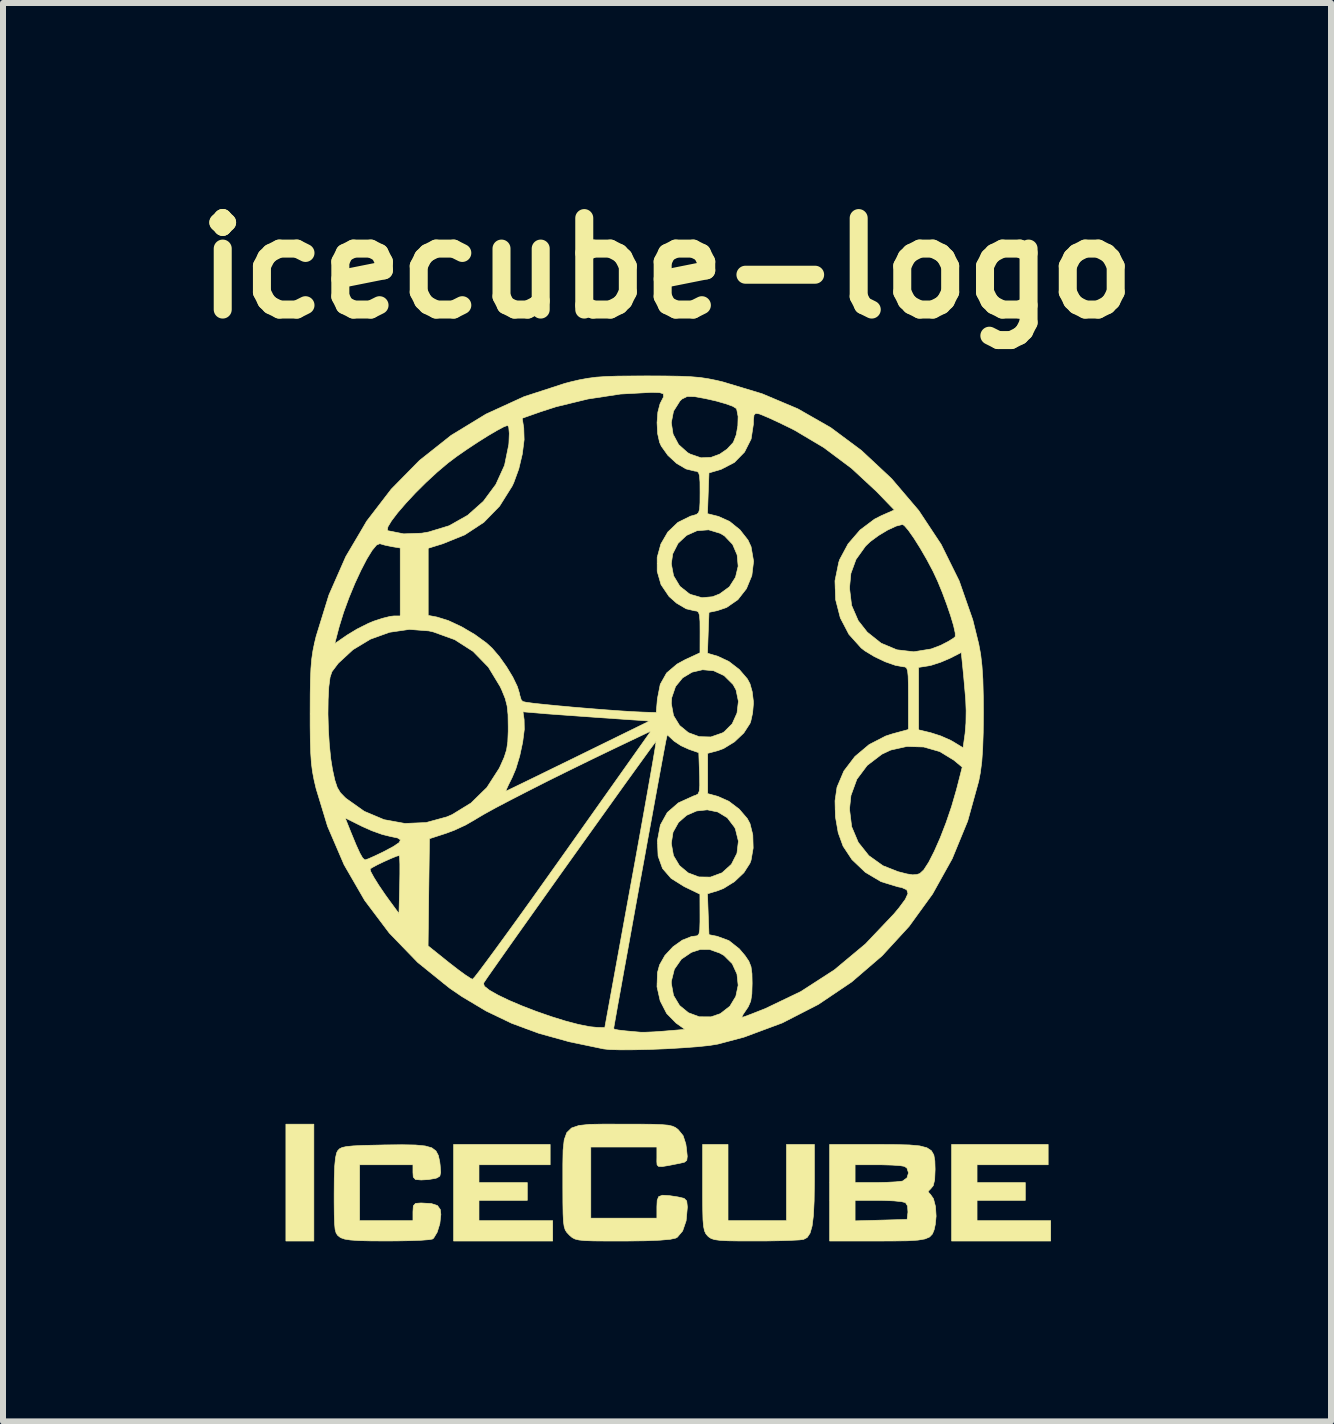
<source format=kicad_pcb>
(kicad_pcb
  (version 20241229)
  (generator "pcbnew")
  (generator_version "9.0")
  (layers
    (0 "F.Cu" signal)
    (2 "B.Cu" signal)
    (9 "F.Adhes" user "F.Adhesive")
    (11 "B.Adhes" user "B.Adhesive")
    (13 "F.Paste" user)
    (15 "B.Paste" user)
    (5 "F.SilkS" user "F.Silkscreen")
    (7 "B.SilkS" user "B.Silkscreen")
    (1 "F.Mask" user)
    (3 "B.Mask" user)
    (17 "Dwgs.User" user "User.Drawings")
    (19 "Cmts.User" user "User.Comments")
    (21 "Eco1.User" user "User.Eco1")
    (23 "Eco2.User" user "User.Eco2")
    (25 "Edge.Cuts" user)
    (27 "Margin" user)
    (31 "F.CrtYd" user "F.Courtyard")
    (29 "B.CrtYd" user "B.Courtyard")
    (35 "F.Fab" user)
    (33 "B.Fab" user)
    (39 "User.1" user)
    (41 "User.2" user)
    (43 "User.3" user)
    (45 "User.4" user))
  (footprint "icecube-logo"
    (layer "F.Cu")
    (at 8.063 10.768)
    (property "Reference" "icecube-logo" (at 0 -9.35 0) (layer "F.SilkS") (effects (font (size 1.524 1.524) (thickness 0.3))))
    (attr through_hole)
    (fp_poly (pts (xy -5.884 6.858) (xy -6.35 6.858) (xy -6.35 4.911) (xy -5.884 4.911) (xy -5.884 6.858)) (stroke (width 0.01) (type solid)) (fill yes) (layer "F.SilkS"))
    (fp_poly (pts (xy -1.947 5.588) (xy -3.133 5.588) (xy -3.133 5.884) (xy -2.328 5.884) (xy -2.328 6.181) (xy -3.133 6.181) (xy -3.133 6.519) (xy -1.905 6.519) (xy -1.905 6.858) (xy -3.556 6.858) (xy -3.556 5.249) (xy -1.947 5.249) (xy -1.947 5.588)) (stroke (width 0.01) (type solid)) (fill yes) (layer "F.SilkS"))
    (fp_poly (pts (xy 6.35 5.588) (xy 5.165 5.588) (xy 5.165 5.884) (xy 5.969 5.884) (xy 5.969 6.181) (xy 5.165 6.181) (xy 5.165 6.519) (xy 6.392 6.519) (xy 6.392 6.858) (xy 4.741 6.858) (xy 4.741 5.249) (xy 6.35 5.249) (xy 6.35 5.588)) (stroke (width 0.01) (type solid)) (fill yes) (layer "F.SilkS"))
    (fp_poly (pts (xy 1.016 6.519) (xy 1.99 6.519) (xy 1.99 5.249) (xy 2.455 5.249) (xy 2.455 5.874) (xy 2.451 6.19) (xy 2.439 6.432) (xy 2.417 6.608) (xy 2.383 6.727) (xy 2.335 6.799) (xy 2.275 6.831) (xy 2.202 6.84) (xy 2.061 6.847) (xy 1.868 6.853) (xy 1.639 6.857) (xy 1.471 6.857) (xy 1.208 6.857) (xy 1.017 6.854) (xy 0.883 6.847) (xy 0.794 6.835) (xy 0.735 6.816) (xy 0.694 6.789) (xy 0.677 6.773) (xy 0.646 6.736) (xy 0.624 6.688) (xy 0.609 6.615) (xy 0.599 6.505) (xy 0.595 6.343) (xy 0.593 6.117) (xy 0.593 5.969) (xy 0.593 5.249) (xy 1.016 5.249) (xy 1.016 6.519)) (stroke (width 0.01) (type solid)) (fill yes) (layer "F.SilkS"))
    (fp_poly (pts (xy 3.8 5.251) (xy 4.037 5.257) (xy 4.21 5.273) (xy 4.329 5.304) (xy 4.404 5.353) (xy 4.445 5.424) (xy 4.462 5.523) (xy 4.466 5.654) (xy 4.466 5.672) (xy 4.459 5.837) (xy 4.435 5.936) (xy 4.395 5.985) (xy 4.349 6.032) (xy 4.374 6.069) (xy 4.386 6.077) (xy 4.439 6.153) (xy 4.473 6.285) (xy 4.483 6.444) (xy 4.47 6.579) (xy 4.45 6.671) (xy 4.422 6.74) (xy 4.375 6.79) (xy 4.298 6.823) (xy 4.18 6.843) (xy 4.009 6.854) (xy 3.774 6.857) (xy 3.511 6.858) (xy 2.709 6.858) (xy 2.709 6.522) (xy 3.133 6.522) (xy 3.567 6.51) (xy 4 6.498) (xy 4.014 6.376) (xy 4.007 6.273) (xy 3.972 6.218) (xy 3.907 6.202) (xy 3.779 6.189) (xy 3.612 6.182) (xy 3.524 6.181) (xy 3.133 6.181) (xy 3.133 6.522) (xy 2.709 6.522) (xy 2.709 5.588) (xy 3.133 5.588) (xy 3.133 5.884) (xy 3.482 5.884) (xy 3.658 5.88) (xy 3.811 5.872) (xy 3.913 5.861) (xy 3.926 5.858) (xy 3.998 5.805) (xy 4.023 5.722) (xy 3.997 5.643) (xy 3.955 5.614) (xy 3.884 5.602) (xy 3.752 5.593) (xy 3.583 5.588) (xy 3.51 5.588) (xy 3.133 5.588) (xy 2.709 5.588) (xy 2.709 5.249) (xy 3.488 5.249) (xy 3.8 5.251)) (stroke (width 0.01) (type solid)) (fill yes) (layer "F.SilkS"))
    (fp_poly (pts (xy -4.19 5.258) (xy -4.029 5.274) (xy -3.919 5.305) (xy -3.85 5.357) (xy -3.81 5.432) (xy -3.787 5.536) (xy -3.78 5.594) (xy -3.771 5.714) (xy -3.785 5.776) (xy -3.832 5.806) (xy -3.858 5.814) (xy -3.975 5.834) (xy -4.096 5.841) (xy -4.191 5.833) (xy -4.228 5.792) (xy -4.233 5.715) (xy -4.233 5.588) (xy -5.122 5.588) (xy -5.122 6.519) (xy -4.233 6.519) (xy -4.233 6.371) (xy -4.227 6.272) (xy -4.19 6.231) (xy -4.101 6.224) (xy -4.096 6.224) (xy -3.926 6.234) (xy -3.825 6.267) (xy -3.777 6.334) (xy -3.768 6.416) (xy -3.785 6.569) (xy -3.829 6.711) (xy -3.888 6.809) (xy -3.908 6.825) (xy -3.965 6.835) (xy -4.092 6.845) (xy -4.273 6.852) (xy -4.493 6.856) (xy -4.658 6.857) (xy -4.931 6.856) (xy -5.132 6.851) (xy -5.275 6.841) (xy -5.37 6.826) (xy -5.433 6.804) (xy -5.452 6.792) (xy -5.488 6.763) (xy -5.513 6.725) (xy -5.53 6.664) (xy -5.539 6.566) (xy -5.544 6.418) (xy -5.546 6.206) (xy -5.546 6.081) (xy -5.544 5.81) (xy -5.537 5.612) (xy -5.524 5.476) (xy -5.505 5.39) (xy -5.486 5.353) (xy -5.457 5.322) (xy -5.413 5.3) (xy -5.341 5.284) (xy -5.228 5.273) (xy -5.062 5.265) (xy -4.829 5.26) (xy -4.711 5.257) (xy -4.414 5.254) (xy -4.19 5.258)) (stroke (width 0.01) (type solid)) (fill yes) (layer "F.SilkS"))
    (fp_poly (pts (xy -0.731 4.911) (xy -0.724 4.911) (xy -0.443 4.911) (xy -0.235 4.913) (xy -0.085 4.919) (xy 0.018 4.928) (xy 0.088 4.944) (xy 0.138 4.966) (xy 0.18 4.997) (xy 0.189 5.006) (xy 0.268 5.103) (xy 0.313 5.24) (xy 0.324 5.319) (xy 0.337 5.447) (xy 0.329 5.514) (xy 0.29 5.545) (xy 0.217 5.562) (xy 0.035 5.598) (xy -0.079 5.617) (xy -0.141 5.615) (xy -0.166 5.589) (xy -0.17 5.533) (xy -0.169 5.464) (xy -0.169 5.292) (xy -1.27 5.292) (xy -1.27 6.477) (xy -0.169 6.477) (xy -0.169 6.287) (xy -0.164 6.18) (xy -0.139 6.118) (xy -0.076 6.095) (xy 0.041 6.102) (xy 0.18 6.123) (xy 0.284 6.147) (xy 0.328 6.191) (xy 0.338 6.282) (xy 0.338 6.303) (xy 0.318 6.521) (xy 0.26 6.69) (xy 0.171 6.795) (xy 0.146 6.809) (xy 0.055 6.829) (xy -0.115 6.844) (xy -0.36 6.854) (xy -0.674 6.858) (xy -0.745 6.858) (xy -1.02 6.858) (xy -1.224 6.856) (xy -1.369 6.851) (xy -1.467 6.841) (xy -1.533 6.825) (xy -1.579 6.801) (xy -1.617 6.769) (xy -1.632 6.754) (xy -1.669 6.715) (xy -1.696 6.673) (xy -1.714 6.615) (xy -1.726 6.529) (xy -1.732 6.401) (xy -1.735 6.217) (xy -1.736 5.966) (xy -1.736 5.884) (xy -1.736 5.578) (xy -1.732 5.344) (xy -1.713 5.171) (xy -1.67 5.052) (xy -1.591 4.975) (xy -1.468 4.933) (xy -1.29 4.914) (xy -1.048 4.91) (xy -0.731 4.911)) (stroke (width 0.01) (type solid)) (fill yes) (layer "F.SilkS"))
    (fp_poly (pts (xy -0.032 -7.554) (xy 0.207 -7.55) (xy 0.395 -7.542) (xy 0.55 -7.529) (xy 0.688 -7.508) (xy 0.827 -7.48) (xy 0.931 -7.455) (xy 1.584 -7.258) (xy 2.179 -7.007) (xy 2.727 -6.694) (xy 3.238 -6.314) (xy 3.724 -5.86) (xy 3.747 -5.837) (xy 4.194 -5.312) (xy 4.567 -4.748) (xy 4.867 -4.141) (xy 5.094 -3.491) (xy 5.193 -3.09) (xy 5.225 -2.917) (xy 5.247 -2.726) (xy 5.262 -2.501) (xy 5.269 -2.223) (xy 5.271 -1.947) (xy 5.268 -1.614) (xy 5.259 -1.348) (xy 5.244 -1.13) (xy 5.22 -0.944) (xy 5.193 -0.804) (xy 5.009 -0.139) (xy 4.751 0.489) (xy 4.424 1.076) (xy 4.032 1.617) (xy 3.582 2.107) (xy 3.076 2.542) (xy 2.521 2.916) (xy 1.921 3.224) (xy 1.28 3.462) (xy 0.847 3.577) (xy 0.706 3.6) (xy 0.503 3.621) (xy 0.258 3.639) (xy -0.011 3.655) (xy -0.286 3.666) (xy -0.548 3.672) (xy -0.778 3.673) (xy -0.958 3.668) (xy -1.058 3.657) (xy -1.629 3.538) (xy -2.134 3.398) (xy -2.348 3.319) (xy -0.889 3.319) (xy -0.871 3.331) (xy -0.808 3.343) (xy -0.688 3.357) (xy -0.499 3.374) (xy -0.44 3.379) (xy -0.356 3.379) (xy -0.216 3.373) (xy -0.048 3.361) (xy -0.026 3.359) (xy 0.299 3.332) (xy 0.15 3.226) (xy -0.006 3.067) (xy -0.114 2.857) (xy -0.167 2.622) (xy -0.165 2.564) (xy 0.071 2.564) (xy 0.108 2.766) (xy 0.209 2.934) (xy 0.357 3.055) (xy 0.537 3.122) (xy 0.732 3.123) (xy 0.888 3.07) (xy 1.047 2.946) (xy 1.146 2.782) (xy 1.185 2.597) (xy 1.165 2.409) (xy 1.086 2.237) (xy 0.948 2.1) (xy 0.877 2.06) (xy 0.707 2) (xy 0.552 2.001) (xy 0.407 2.048) (xy 0.239 2.162) (xy 0.122 2.33) (xy 0.072 2.53) (xy 0.071 2.564) (xy -0.165 2.564) (xy -0.159 2.384) (xy -0.124 2.257) (xy -0.035 2.1) (xy 0.099 1.956) (xy 0.255 1.845) (xy 0.409 1.784) (xy 0.464 1.778) (xy 0.506 1.772) (xy 0.532 1.741) (xy 0.545 1.67) (xy 0.549 1.542) (xy 0.549 1.429) (xy 0.548 1.079) (xy 0.287 0.953) (xy 0.068 0.816) (xy -0.075 0.651) (xy -0.149 0.445) (xy -0.158 0.232) (xy 0.071 0.232) (xy 0.107 0.436) (xy 0.207 0.603) (xy 0.353 0.725) (xy 0.531 0.792) (xy 0.723 0.795) (xy 0.914 0.724) (xy 0.919 0.721) (xy 1.073 0.581) (xy 1.165 0.399) (xy 1.189 0.196) (xy 1.139 -0.007) (xy 1.126 -0.034) (xy 1.004 -0.194) (xy 0.846 -0.29) (xy 0.671 -0.326) (xy 0.492 -0.307) (xy 0.327 -0.235) (xy 0.191 -0.116) (xy 0.1 0.047) (xy 0.071 0.232) (xy -0.158 0.232) (xy -0.161 0.187) (xy -0.16 0.185) (xy -0.111 -0.073) (xy 0.004 -0.281) (xy 0.189 -0.442) (xy 0.444 -0.558) (xy 0.478 -0.569) (xy 0.516 -0.59) (xy 0.537 -0.638) (xy 0.545 -0.731) (xy 0.543 -0.886) (xy 0.541 -0.935) (xy 0.529 -1.278) (xy 0.366 -1.334) (xy 0.232 -1.395) (xy 0.116 -1.472) (xy 0.104 -1.483) (xy 0.004 -1.577) (xy -0.019 -1.476) (xy -0.03 -1.418) (xy -0.055 -1.287) (xy -0.091 -1.092) (xy -0.137 -0.842) (xy -0.191 -0.547) (xy -0.251 -0.216) (xy -0.317 0.143) (xy -0.385 0.52) (xy -0.456 0.907) (xy -0.526 1.294) (xy -0.594 1.672) (xy -0.659 2.033) (xy -0.72 2.367) (xy -0.773 2.664) (xy -0.819 2.917) (xy -0.854 3.116) (xy -0.878 3.252) (xy -0.889 3.315) (xy -0.889 3.319) (xy -2.348 3.319) (xy -2.589 3.23) (xy -3.012 3.027) (xy -3.419 2.784) (xy -3.619 2.647) (xy -3.723 2.564) (xy -3.058 2.564) (xy -3.043 2.613) (xy -2.958 2.68) (xy -2.817 2.76) (xy -2.632 2.849) (xy -2.415 2.941) (xy -2.179 3.032) (xy -1.935 3.117) (xy -1.698 3.191) (xy -1.478 3.249) (xy -1.288 3.287) (xy -1.164 3.299) (xy -1.037 3.302) (xy -0.604 0.924) (xy -0.524 0.487) (xy -0.45 0.076) (xy -0.382 -0.303) (xy -0.322 -0.641) (xy -0.271 -0.931) (xy -0.23 -1.166) (xy -0.201 -1.338) (xy -0.185 -1.44) (xy -0.182 -1.467) (xy -0.208 -1.435) (xy -0.277 -1.342) (xy -0.384 -1.194) (xy -0.525 -0.999) (xy -0.694 -0.765) (xy -0.885 -0.498) (xy -1.094 -0.206) (xy -1.315 0.103) (xy -1.544 0.423) (xy -1.774 0.745) (xy -2 1.063) (xy -2.218 1.37) (xy -2.422 1.657) (xy -2.607 1.918) (xy -2.767 2.145) (xy -2.897 2.33) (xy -2.993 2.467) (xy -3.048 2.549) (xy -3.058 2.564) (xy -3.723 2.564) (xy -4.155 2.215) (xy -4.421 1.94) (xy -3.981 1.94) (xy -3.633 2.219) (xy -3.485 2.334) (xy -3.359 2.426) (xy -3.271 2.483) (xy -3.24 2.497) (xy -3.208 2.463) (xy -3.132 2.366) (xy -3.016 2.211) (xy -2.865 2.006) (xy -2.682 1.755) (xy -2.472 1.465) (xy -2.24 1.142) (xy -1.99 0.791) (xy -1.732 0.428) (xy -0.268 -1.639) (xy -0.864 -1.355) (xy -1.246 -1.171) (xy -1.62 -0.988) (xy -1.978 -0.811) (xy -2.309 -0.643) (xy -2.605 -0.491) (xy -2.855 -0.36) (xy -3.049 -0.253) (xy -3.179 -0.176) (xy -3.198 -0.164) (xy -3.354 -0.074) (xy -3.544 0.014) (xy -3.681 0.065) (xy -3.958 0.155) (xy -3.97 1.048) (xy -3.981 1.94) (xy -4.421 1.94) (xy -4.628 1.726) (xy -5.037 1.183) (xy -5.34 0.659) (xy -4.947 0.659) (xy -4.937 0.702) (xy -4.885 0.798) (xy -4.802 0.931) (xy -4.696 1.087) (xy -4.616 1.198) (xy -4.466 1.402) (xy -4.454 0.928) (xy -4.451 0.737) (xy -4.451 0.579) (xy -4.455 0.473) (xy -4.461 0.436) (xy -4.502 0.445) (xy -4.593 0.482) (xy -4.71 0.534) (xy -4.825 0.589) (xy -4.914 0.637) (xy -4.947 0.659) (xy -5.34 0.659) (xy -5.38 0.59) (xy -5.656 -0.052) (xy -5.698 -0.191) (xy -5.362 -0.191) (xy -5.269 0.042) (xy -5.182 0.253) (xy -5.118 0.394) (xy -5.072 0.475) (xy -5.037 0.507) (xy -5.03 0.508) (xy -4.976 0.49) (xy -4.87 0.443) (xy -4.734 0.378) (xy -4.73 0.376) (xy -4.559 0.285) (xy -4.463 0.22) (xy -4.441 0.174) (xy -4.488 0.143) (xy -4.602 0.119) (xy -4.603 0.119) (xy -4.745 0.084) (xy -4.921 0.021) (xy -5.082 -0.051) (xy -5.362 -0.191) (xy -5.698 -0.191) (xy -5.846 -0.677) (xy -5.881 -0.826) (xy -5.907 -0.963) (xy -5.925 -1.104) (xy -5.936 -1.267) (xy -5.943 -1.469) (xy -5.946 -1.728) (xy -5.946 -1.923) (xy -5.649 -1.923) (xy -5.642 -1.665) (xy -5.626 -1.41) (xy -5.602 -1.173) (xy -5.573 -0.995) (xy -5.534 -0.818) (xy -5.494 -0.698) (xy -5.442 -0.611) (xy -5.364 -0.531) (xy -5.346 -0.515) (xy -5.044 -0.301) (xy -4.714 -0.162) (xy -4.367 -0.099) (xy -4.014 -0.114) (xy -3.667 -0.209) (xy -3.579 -0.247) (xy -3.265 -0.44) (xy -3.066 -0.635) (xy -2.688 -0.635) (xy -2.649 -0.653) (xy -2.544 -0.704) (xy -2.381 -0.783) (xy -2.169 -0.886) (xy -1.918 -1.009) (xy -1.637 -1.146) (xy -1.486 -1.22) (xy -0.293 -1.805) (xy -1.046 -1.857) (xy -1.316 -1.876) (xy -1.581 -1.895) (xy -1.819 -1.912) (xy -2.009 -1.926) (xy -2.1 -1.934) (xy -2.4 -1.959) (xy -2.381 -1.829) (xy -2.378 -1.665) (xy -2.405 -1.453) (xy -2.454 -1.225) (xy -2.519 -1.009) (xy -2.58 -0.865) (xy -2.64 -0.745) (xy -2.678 -0.661) (xy -2.688 -0.635) (xy -3.066 -0.635) (xy -3.002 -0.697) (xy -2.799 -1.012) (xy -2.78 -1.05) (xy -2.713 -1.201) (xy -2.673 -1.326) (xy -2.653 -1.46) (xy -2.646 -1.634) (xy -2.646 -1.714) (xy -2.649 -1.911) (xy -2.664 -2.056) (xy -2.696 -2.181) (xy -2.752 -2.319) (xy -2.78 -2.379) (xy -2.977 -2.704) (xy -3.231 -2.965) (xy -3.537 -3.161) (xy -3.894 -3.29) (xy -3.969 -3.307) (xy -4.293 -3.332) (xy -4.623 -3.284) (xy -4.942 -3.169) (xy -5.232 -2.994) (xy -5.477 -2.768) (xy -5.583 -2.627) (xy -5.614 -2.534) (xy -5.635 -2.374) (xy -5.646 -2.165) (xy -5.649 -1.923) (xy -5.946 -1.923) (xy -5.946 -1.947) (xy -5.945 -2.254) (xy -5.941 -2.493) (xy -5.933 -2.681) (xy -5.92 -2.836) (xy -5.9 -2.974) (xy -5.875 -3.095) (xy -5.536 -3.095) (xy -5.329 -3.238) (xy -5.162 -3.339) (xy -4.974 -3.433) (xy -4.887 -3.469) (xy -4.74 -3.517) (xy -4.611 -3.549) (xy -4.549 -3.556) (xy -4.445 -3.556) (xy -4.445 -4.684) (xy -3.979 -4.684) (xy -3.979 -3.565) (xy -3.834 -3.538) (xy -3.646 -3.48) (xy -3.427 -3.378) (xy -3.205 -3.248) (xy -3.009 -3.106) (xy -2.913 -3.018) (xy -2.793 -2.878) (xy -2.674 -2.71) (xy -2.57 -2.538) (xy -2.494 -2.381) (xy -2.457 -2.262) (xy -2.455 -2.242) (xy -2.429 -2.158) (xy -2.402 -2.13) (xy -2.348 -2.118) (xy -2.224 -2.101) (xy -2.044 -2.082) (xy -1.821 -2.06) (xy -1.572 -2.037) (xy -1.308 -2.015) (xy -1.046 -1.994) (xy -0.798 -1.976) (xy -0.58 -1.962) (xy -0.405 -1.954) (xy -0.376 -1.953) (xy -0.18 -1.947) (xy -0.167 -2.098) (xy 0.071 -2.098) (xy 0.108 -1.897) (xy 0.209 -1.732) (xy 0.357 -1.611) (xy 0.537 -1.545) (xy 0.73 -1.54) (xy 0.922 -1.607) (xy 0.953 -1.626) (xy 1.086 -1.76) (xy 1.166 -1.938) (xy 1.189 -2.134) (xy 1.15 -2.323) (xy 1.1 -2.414) (xy 0.951 -2.562) (xy 0.777 -2.643) (xy 0.593 -2.66) (xy 0.416 -2.619) (xy 0.26 -2.525) (xy 0.142 -2.381) (xy 0.078 -2.194) (xy 0.071 -2.098) (xy -0.167 -2.098) (xy -0.161 -2.173) (xy -0.113 -2.417) (xy -0.007 -2.606) (xy 0.167 -2.754) (xy 0.299 -2.826) (xy 0.549 -2.942) (xy 0.55 -3.291) (xy 0.549 -3.463) (xy 0.541 -3.567) (xy 0.523 -3.62) (xy 0.491 -3.639) (xy 0.464 -3.641) (xy 0.319 -3.675) (xy 0.158 -3.77) (xy 0.034 -3.88) (xy -0.1 -4.078) (xy -0.164 -4.3) (xy -0.164 -4.426) (xy 0.071 -4.426) (xy 0.109 -4.225) (xy 0.214 -4.05) (xy 0.37 -3.926) (xy 0.398 -3.913) (xy 0.582 -3.86) (xy 0.757 -3.876) (xy 0.877 -3.923) (xy 1.039 -4.041) (xy 1.141 -4.201) (xy 1.185 -4.385) (xy 1.168 -4.573) (xy 1.093 -4.748) (xy 0.957 -4.89) (xy 0.888 -4.932) (xy 0.693 -4.991) (xy 0.499 -4.976) (xy 0.325 -4.898) (xy 0.184 -4.766) (xy 0.095 -4.591) (xy 0.071 -4.426) (xy -0.164 -4.426) (xy -0.164 -4.531) (xy -0.103 -4.754) (xy 0.013 -4.954) (xy 0.18 -5.114) (xy 0.392 -5.219) (xy 0.434 -5.23) (xy 0.491 -5.247) (xy 0.506 -5.26) (xy 0.674 -5.26) (xy 0.858 -5.214) (xy 1.042 -5.131) (xy 1.215 -4.991) (xy 1.349 -4.82) (xy 1.4 -4.71) (xy 1.442 -4.467) (xy 1.413 -4.228) (xy 1.323 -4.01) (xy 1.18 -3.827) (xy 0.992 -3.697) (xy 0.835 -3.644) (xy 0.699 -3.616) (xy 0.686 -3.276) (xy 0.674 -2.935) (xy 0.846 -2.884) (xy 1.03 -2.798) (xy 1.204 -2.664) (xy 1.338 -2.508) (xy 1.382 -2.426) (xy 1.419 -2.294) (xy 1.438 -2.137) (xy 1.439 -2.095) (xy 1.426 -1.941) (xy 1.394 -1.796) (xy 1.382 -1.765) (xy 1.279 -1.606) (xy 1.123 -1.458) (xy 0.942 -1.347) (xy 0.847 -1.312) (xy 0.677 -1.267) (xy 0.677 -0.596) (xy 0.847 -0.55) (xy 1.029 -0.469) (xy 1.202 -0.338) (xy 1.337 -0.181) (xy 1.382 -0.097) (xy 1.429 0.092) (xy 1.435 0.311) (xy 1.4 0.513) (xy 1.382 0.563) (xy 1.28 0.722) (xy 1.124 0.87) (xy 0.941 0.984) (xy 0.846 1.021) (xy 0.674 1.073) (xy 0.686 1.413) (xy 0.699 1.754) (xy 0.835 1.781) (xy 1.031 1.853) (xy 1.203 1.989) (xy 1.299 2.102) (xy 1.363 2.196) (xy 1.399 2.287) (xy 1.415 2.405) (xy 1.418 2.565) (xy 1.413 2.742) (xy 1.394 2.862) (xy 1.354 2.954) (xy 1.322 3.002) (xy 1.266 3.085) (xy 1.246 3.13) (xy 1.248 3.133) (xy 1.295 3.118) (xy 1.402 3.078) (xy 1.549 3.02) (xy 1.638 2.985) (xy 2.23 2.701) (xy 2.787 2.341) (xy 3.305 1.909) (xy 3.78 1.409) (xy 3.864 1.308) (xy 3.97 1.165) (xy 4.014 1.068) (xy 3.994 1.006) (xy 3.911 0.969) (xy 3.848 0.957) (xy 3.566 0.871) (xy 3.304 0.715) (xy 3.081 0.503) (xy 2.933 0.279) (xy 2.852 0.056) (xy 2.806 -0.209) (xy 2.802 -0.339) (xy 3.04 -0.339) (xy 3.076 -0.045) (xy 3.186 0.216) (xy 3.362 0.437) (xy 3.597 0.605) (xy 3.848 0.704) (xy 3.997 0.742) (xy 4.091 0.757) (xy 4.159 0.752) (xy 4.211 0.736) (xy 4.277 0.675) (xy 4.36 0.547) (xy 4.453 0.364) (xy 4.552 0.139) (xy 4.65 -0.114) (xy 4.741 -0.382) (xy 4.819 -0.651) (xy 4.831 -0.696) (xy 4.918 -1.037) (xy 4.779 -1.153) (xy 4.545 -1.296) (xy 4.277 -1.373) (xy 3.997 -1.382) (xy 3.727 -1.322) (xy 3.58 -1.253) (xy 3.335 -1.066) (xy 3.163 -0.836) (xy 3.064 -0.565) (xy 3.04 -0.339) (xy 2.802 -0.339) (xy 2.799 -0.477) (xy 2.832 -0.703) (xy 2.946 -0.972) (xy 3.13 -1.214) (xy 3.367 -1.413) (xy 3.642 -1.555) (xy 3.756 -1.592) (xy 4.022 -1.664) (xy 4.022 -2.186) (xy 4.021 -2.405) (xy 4.017 -2.552) (xy 4.008 -2.642) (xy 3.991 -2.689) (xy 3.977 -2.699) (xy 4.191 -2.699) (xy 4.191 -1.659) (xy 4.395 -1.61) (xy 4.56 -1.557) (xy 4.723 -1.485) (xy 4.766 -1.461) (xy 4.932 -1.36) (xy 4.966 -1.601) (xy 4.98 -1.771) (xy 4.983 -1.978) (xy 4.976 -2.159) (xy 4.959 -2.357) (xy 4.941 -2.561) (xy 4.926 -2.712) (xy 4.902 -2.947) (xy 4.707 -2.848) (xy 4.556 -2.784) (xy 4.404 -2.735) (xy 4.351 -2.724) (xy 4.191 -2.699) (xy 3.977 -2.699) (xy 3.964 -2.707) (xy 3.939 -2.709) (xy 3.805 -2.733) (xy 3.634 -2.793) (xy 3.454 -2.879) (xy 3.294 -2.976) (xy 3.234 -3.023) (xy 3.03 -3.25) (xy 2.887 -3.524) (xy 2.809 -3.827) (xy 2.802 -4.022) (xy 3.04 -4.022) (xy 3.075 -3.732) (xy 3.185 -3.478) (xy 3.336 -3.286) (xy 3.567 -3.102) (xy 3.83 -2.992) (xy 4.111 -2.959) (xy 4.4 -3.006) (xy 4.556 -3.065) (xy 4.681 -3.129) (xy 4.772 -3.185) (xy 4.802 -3.212) (xy 4.801 -3.273) (xy 4.774 -3.395) (xy 4.725 -3.559) (xy 4.66 -3.749) (xy 4.586 -3.948) (xy 4.508 -4.137) (xy 4.434 -4.296) (xy 4.329 -4.494) (xy 4.219 -4.684) (xy 4.114 -4.851) (xy 4.022 -4.982) (xy 3.953 -5.062) (xy 3.923 -5.08) (xy 3.817 -5.053) (xy 3.675 -4.987) (xy 3.522 -4.895) (xy 3.384 -4.793) (xy 3.307 -4.719) (xy 3.148 -4.497) (xy 3.063 -4.264) (xy 3.04 -4.022) (xy 2.802 -4.022) (xy 2.798 -4.141) (xy 2.861 -4.45) (xy 2.877 -4.497) (xy 3.016 -4.756) (xy 3.216 -4.988) (xy 3.457 -5.169) (xy 3.567 -5.225) (xy 3.787 -5.322) (xy 3.491 -5.629) (xy 3.075 -6.015) (xy 2.611 -6.362) (xy 2.128 -6.649) (xy 2.053 -6.687) (xy 1.872 -6.775) (xy 1.711 -6.85) (xy 1.589 -6.902) (xy 1.535 -6.923) (xy 1.477 -6.931) (xy 1.449 -6.903) (xy 1.44 -6.818) (xy 1.439 -6.753) (xy 1.401 -6.504) (xy 1.291 -6.286) (xy 1.122 -6.113) (xy 0.904 -6) (xy 0.883 -5.993) (xy 0.699 -5.939) (xy 0.686 -5.599) (xy 0.674 -5.26) (xy 0.506 -5.26) (xy 0.525 -5.276) (xy 0.543 -5.336) (xy 0.549 -5.444) (xy 0.55 -5.614) (xy 0.549 -5.787) (xy 0.541 -5.893) (xy 0.524 -5.947) (xy 0.493 -5.967) (xy 0.464 -5.969) (xy 0.317 -6.005) (xy 0.159 -6.098) (xy 0.014 -6.232) (xy -0.096 -6.386) (xy -0.124 -6.448) (xy -0.157 -6.595) (xy -0.166 -6.775) (xy -0.166 -6.776) (xy 0.071 -6.776) (xy 0.101 -6.584) (xy 0.193 -6.411) (xy 0.344 -6.276) (xy 0.388 -6.252) (xy 0.566 -6.191) (xy 0.733 -6.198) (xy 0.877 -6.251) (xy 1 -6.335) (xy 1.099 -6.442) (xy 1.106 -6.452) (xy 1.153 -6.573) (xy 1.18 -6.727) (xy 1.184 -6.879) (xy 1.162 -6.994) (xy 1.153 -7.013) (xy 1.096 -7.049) (xy 0.976 -7.092) (xy 0.815 -7.138) (xy 0.633 -7.179) (xy 0.459 -7.21) (xy 0.337 -7.213) (xy 0.249 -7.17) (xy 0.215 -7.137) (xy 0.108 -6.967) (xy 0.071 -6.776) (xy -0.166 -6.776) (xy -0.153 -6.951) (xy -0.117 -7.089) (xy -0.106 -7.112) (xy -0.058 -7.206) (xy -0.061 -7.257) (xy -0.124 -7.277) (xy -0.256 -7.281) (xy -0.776 -7.253) (xy -1.32 -7.17) (xy -1.85 -7.041) (xy -2.106 -6.958) (xy -2.413 -6.85) (xy -2.387 -6.688) (xy -2.381 -6.492) (xy -2.411 -6.254) (xy -2.47 -6.005) (xy -2.554 -5.775) (xy -2.581 -5.718) (xy -2.79 -5.385) (xy -3.052 -5.116) (xy -3.37 -4.907) (xy -3.736 -4.759) (xy -3.979 -4.684) (xy -4.445 -4.684) (xy -4.445 -4.688) (xy -4.583 -4.711) (xy -4.699 -4.735) (xy -4.785 -4.76) (xy -4.839 -4.738) (xy -4.913 -4.649) (xy -5.002 -4.504) (xy -5.1 -4.315) (xy -5.201 -4.097) (xy -5.299 -3.86) (xy -5.388 -3.617) (xy -5.461 -3.381) (xy -5.477 -3.321) (xy -5.536 -3.095) (xy -5.875 -3.095) (xy -5.871 -3.113) (xy -5.846 -3.217) (xy -5.633 -3.906) (xy -5.352 -4.545) (xy -5.093 -4.983) (xy -4.659 -4.983) (xy -4.65 -4.976) (xy -4.387 -4.924) (xy -4.087 -4.935) (xy -3.975 -4.954) (xy -3.63 -5.059) (xy -3.322 -5.233) (xy -3.06 -5.466) (xy -2.852 -5.747) (xy -2.707 -6.066) (xy -2.636 -6.414) (xy -2.634 -6.439) (xy -2.628 -6.598) (xy -2.637 -6.7) (xy -2.655 -6.731) (xy -2.718 -6.708) (xy -2.834 -6.646) (xy -2.987 -6.556) (xy -3.16 -6.447) (xy -3.338 -6.329) (xy -3.504 -6.214) (xy -3.642 -6.11) (xy -3.649 -6.105) (xy -3.832 -5.95) (xy -4.016 -5.78) (xy -4.193 -5.604) (xy -4.353 -5.432) (xy -4.489 -5.274) (xy -4.591 -5.14) (xy -4.651 -5.04) (xy -4.659 -4.983) (xy -5.093 -4.983) (xy -5.005 -5.134) (xy -4.595 -5.668) (xy -4.125 -6.146) (xy -3.598 -6.564) (xy -3.016 -6.919) (xy -2.383 -7.209) (xy -1.701 -7.431) (xy -1.609 -7.455) (xy -1.46 -7.49) (xy -1.323 -7.515) (xy -1.182 -7.534) (xy -1.019 -7.545) (xy -0.817 -7.552) (xy -0.558 -7.554) (xy -0.339 -7.555) (xy -0.032 -7.554)) (stroke (width 0.01) (type solid)) (fill yes) (layer "F.SilkS")))
  (gr_rect
    (start -3 -3)
    (end 19.125 20.631)
    (stroke (width 0.1) (type default))
    (fill no)
    (layer "Edge.Cuts")))
</source>
